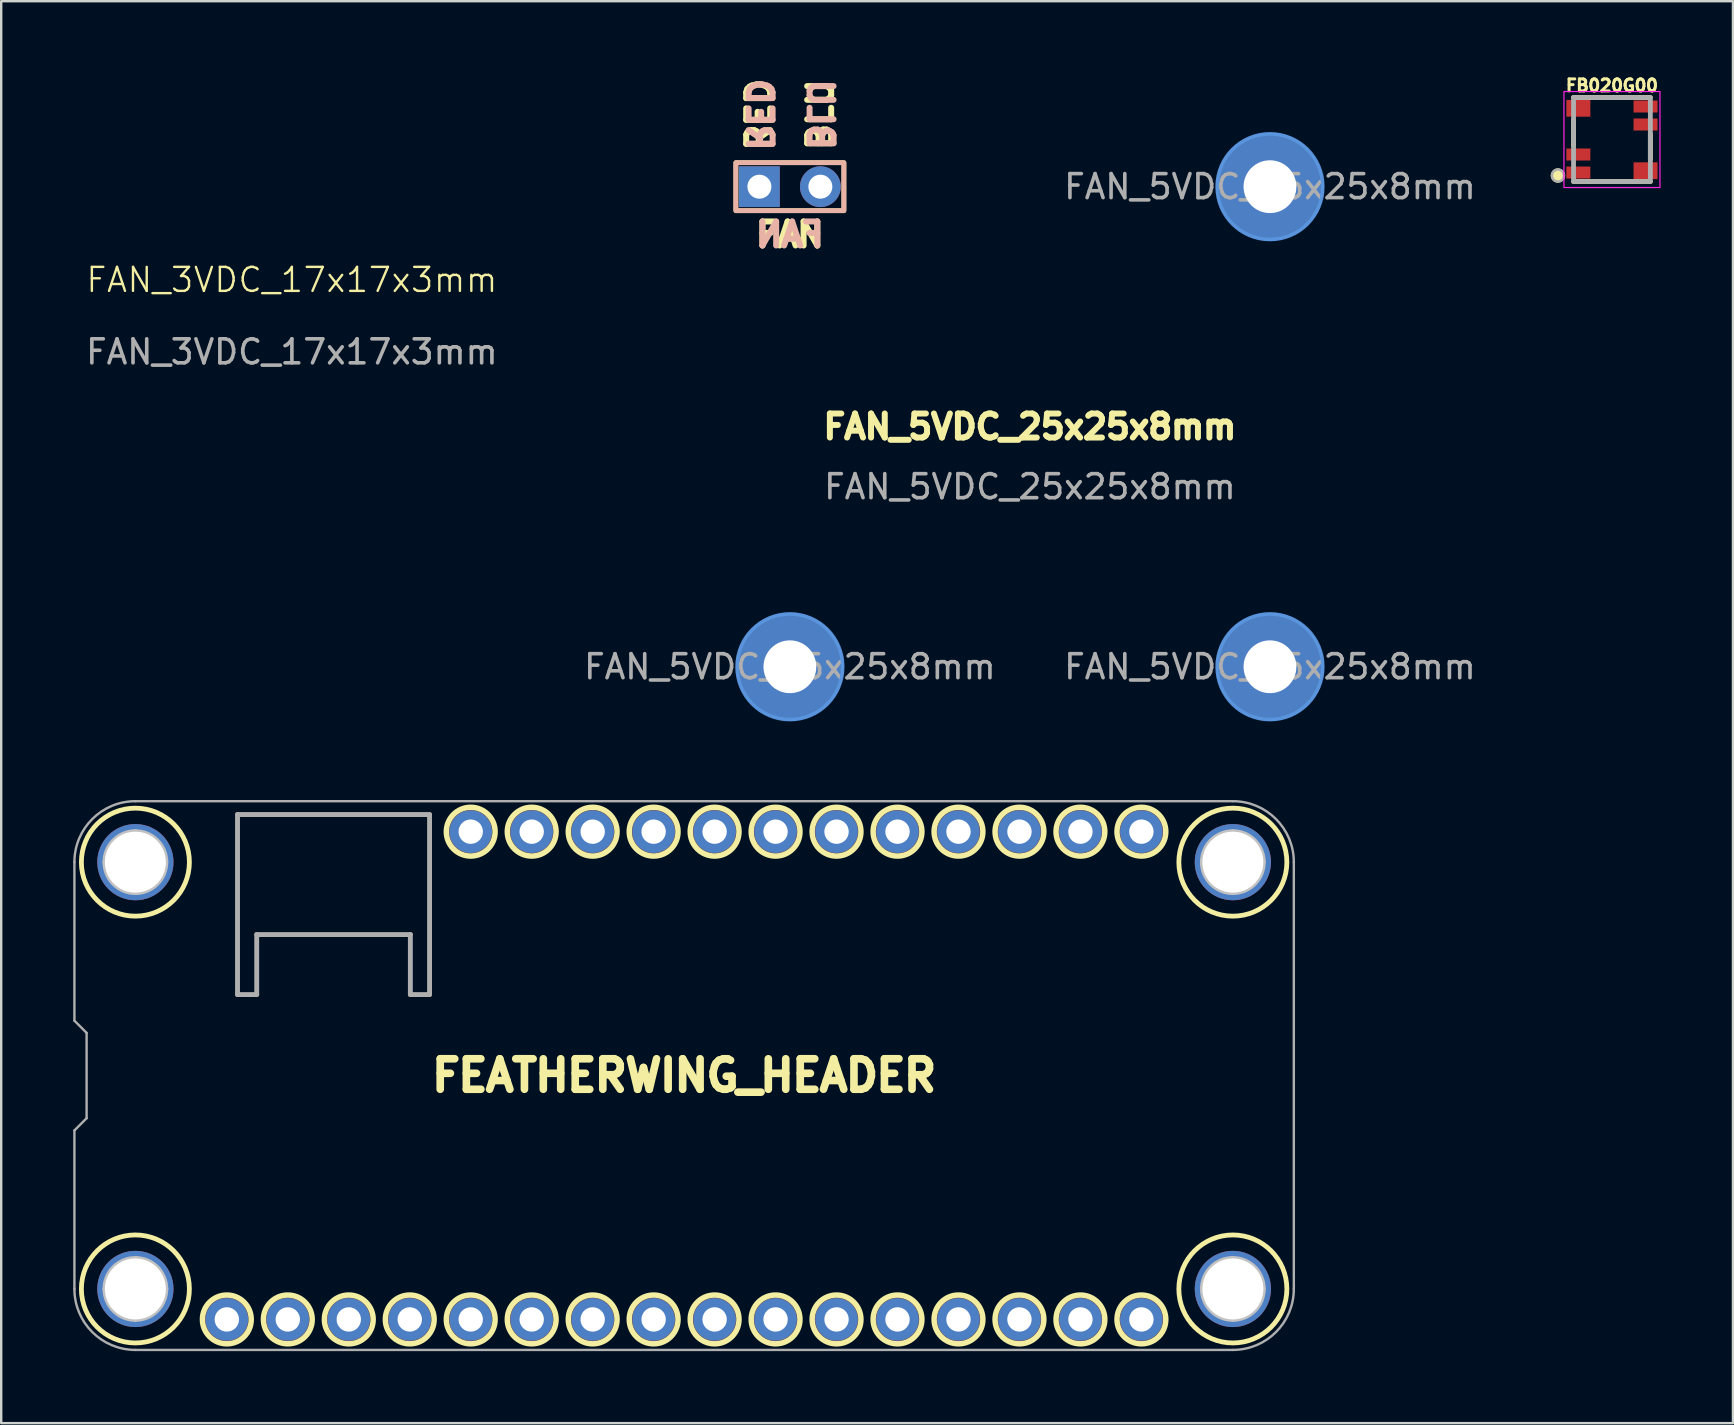
<source format=kicad_pcb>
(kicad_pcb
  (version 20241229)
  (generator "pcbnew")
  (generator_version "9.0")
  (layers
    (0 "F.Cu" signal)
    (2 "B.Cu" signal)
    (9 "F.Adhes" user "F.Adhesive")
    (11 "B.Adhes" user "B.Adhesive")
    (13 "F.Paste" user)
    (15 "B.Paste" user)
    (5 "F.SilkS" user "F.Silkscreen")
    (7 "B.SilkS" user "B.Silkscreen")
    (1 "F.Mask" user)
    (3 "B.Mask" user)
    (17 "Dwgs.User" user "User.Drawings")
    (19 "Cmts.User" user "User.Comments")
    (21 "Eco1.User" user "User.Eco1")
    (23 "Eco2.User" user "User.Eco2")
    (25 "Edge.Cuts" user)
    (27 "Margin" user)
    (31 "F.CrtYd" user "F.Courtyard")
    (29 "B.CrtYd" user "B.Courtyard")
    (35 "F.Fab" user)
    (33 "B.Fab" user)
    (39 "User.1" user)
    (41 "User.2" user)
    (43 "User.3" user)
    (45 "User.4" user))
  (footprint "FAN_3VDC_17x17x3mm"
    (layer "F.Cu")
    (at 9.11 9.11)
    (property "Reference" "FAN_3VDC_17x17x3mm" (at 0 -0.5 0) (unlocked yes) (layer "F.SilkS") (effects (font (size 1 1) (thickness 0.1))))
    (attr through_hole)
    (fp_line (start -9 7) (end -8 6) (stroke (width 0.1) (type default)) (layer "User.1"))
    (fp_line (start -8.5 6.75) (end -8.5 -6.75) (stroke (width 0.1) (type default)) (layer "User.1"))
    (fp_line (start -8 6) (end -6 8) (stroke (width 0.1) (type default)) (layer "User.1"))
    (fp_line (start -7 9) (end -9 7) (stroke (width 0.1) (type default)) (layer "User.1"))
    (fp_line (start -6.75 -8.5) (end 6.75 -8.5) (stroke (width 0.1) (type default)) (layer "User.1"))
    (fp_line (start -6 8) (end -7 9) (stroke (width 0.1) (type default)) (layer "User.1"))
    (fp_line (start 6.75 8.5) (end -6.75 8.5) (stroke (width 0.1) (type default)) (layer "User.1"))
    (fp_line (start 8.5 -6.75) (end 8.5 6.75) (stroke (width 0.1) (type default)) (layer "User.1"))
    (fp_arc (start -8.5 -6.75) (mid -7.987437 -7.987437) (end -6.75 -8.5) (stroke (width 0.1) (type default)) (layer "User.1"))
    (fp_arc (start -6.75 8.5) (mid -7.987437 7.987437) (end -8.5 6.75) (stroke (width 0.1) (type default)) (layer "User.1"))
    (fp_arc (start 6.75 -8.5) (mid 7.987437 -7.987437) (end 8.5 -6.75) (stroke (width 0.1) (type default)) (layer "User.1"))
    (fp_arc (start 8.5 6.75) (mid 7.987437 7.987437) (end 6.75 8.5) (stroke (width 0.1) (type default)) (layer "User.1"))
    (fp_circle (center -6.75 -6.75) (end -5.75 -6.75) (stroke (width 0.1) (type default)) (fill no) (layer "User.1"))
    (fp_circle (center -6.75 -6.75) (end -4.44 -6.75) (stroke (width 0.1) (type default)) (fill no) (layer "User.1"))
    (fp_circle (center 6.69 6.75) (end 9 6.75) (stroke (width 0.1) (type default)) (fill no) (layer "User.1"))
    (fp_circle (center 6.75 6.75) (end 7.75 6.75) (stroke (width 0.1) (type default)) (fill no) (layer "User.1"))
    (fp_text user "${REFERENCE}" (at 0 2.5 0) (unlocked yes) (layer "F.Fab") (effects (font (size 1 1) (thickness 0.15))))
    (fp_text user "3" (at -8 7 0) (unlocked yes) (layer "User.1") (effects (font (size 0.5 0.5) (thickness 0.125) (bold yes))))
    (fp_text user "2" (at -7.5 7.5 0) (unlocked yes) (layer "User.1") (effects (font (size 0.5 0.5) (thickness 0.125) (bold yes))))
    (fp_text user "1" (at -7 8 0) (unlocked yes) (layer "User.1") (effects (font (size 0.5 0.5) (thickness 0.125) (bold yes)))))
  (footprint "FB020G00"
    (layer "F.Cu")
    (at 64.103 2.762)
    (property "Reference" "FB020G00" (at 0 -2.25 0) (layer "F.SilkS") (effects (font (size 0.5 0.5) (thickness 0.125) (bold yes))))
    (attr smd)
    (fp_line (start -1.6 -1.75) (end 1.6 -1.75) (stroke (width 0.2) (type default)) (layer "F.SilkS"))
    (fp_line (start -1.6 -0.8) (end -1.6 0.25) (stroke (width 0.2) (type default)) (layer "F.SilkS"))
    (fp_line (start -1.6 1.75) (end 1.6 1.75) (stroke (width 0.2) (type default)) (layer "F.SilkS"))
    (fp_line (start 1.6 -0.225) (end 1.6 0.825) (stroke (width 0.2) (type default)) (layer "F.SilkS"))
    (fp_circle (center -2.25 1.5) (end -2 1.5) (stroke (width 0.1) (type solid)) (fill yes) (layer "F.SilkS"))
    (fp_rect (start -2 -2) (end 2 2) (stroke (width 0.05) (type default)) (fill no) (layer "F.CrtYd"))
    (fp_rect (start -1.6 -1.75) (end 1.6 1.75) (stroke (width 0.2) (type default)) (fill no) (layer "F.Fab"))
    (fp_circle (center -2.25 1.5) (end -2 1.5) (stroke (width 0.1) (type solid)) (fill no) (layer "F.Fab"))
    (pad "1" smd rect (at -1.4 1.375) (size 1 0.5) (layers "F.Cu" "F.Mask" "F.Paste"))
    (pad "2" smd rect (at -1.4 0.625) (size 1 0.5) (layers "F.Cu" "F.Mask" "F.Paste"))
    (pad "3" smd rect (at -1.4 -1.3) (size 1 0.7) (layers "F.Cu" "F.Mask" "F.Paste"))
    (pad "4" smd rect (at 1.4 -1.375) (size 1 0.5) (layers "F.Cu" "F.Mask" "F.Paste"))
    (pad "5" smd rect (at 1.4 -0.625) (size 1 0.5) (layers "F.Cu" "F.Mask" "F.Paste"))
    (pad "6" smd rect (at 1.4 1.3) (size 1 0.7) (layers "F.Cu" "F.Mask" "F.Paste")))
  (footprint "FEATHERWING_HEADER"
    (layer "F.Cu")
    (at 25.45 41.757)
    (property "Reference" "FEATHERWING_HEADER" (at 0 0 0) (layer "F.SilkS") (effects (font (size 1.27 1.27) (thickness 0.318))))
    (fp_circle (center -22.86 -8.89) (end -20.61 -8.89) (stroke (width 0.2) (type solid)) (fill no) (layer "F.SilkS"))
    (fp_circle (center -22.86 8.89) (end -20.61 8.89) (stroke (width 0.2) (type solid)) (fill no) (layer "F.SilkS"))
    (fp_circle (center -19.05 10.16) (end -18.034 10.16) (stroke (width 0.229) (type solid)) (fill no) (layer "F.SilkS"))
    (fp_circle (center -16.51 10.16) (end -15.494 10.16) (stroke (width 0.229) (type solid)) (fill no) (layer "F.SilkS"))
    (fp_circle (center -13.97 10.16) (end -12.954 10.16) (stroke (width 0.229) (type solid)) (fill no) (layer "F.SilkS"))
    (fp_circle (center -11.43 10.16) (end -10.414 10.16) (stroke (width 0.229) (type solid)) (fill no) (layer "F.SilkS"))
    (fp_circle (center -8.89 -10.16) (end -7.874 -10.16) (stroke (width 0.229) (type solid)) (fill no) (layer "F.SilkS"))
    (fp_circle (center -8.89 10.16) (end -7.874 10.16) (stroke (width 0.229) (type solid)) (fill no) (layer "F.SilkS"))
    (fp_circle (center -6.35 -10.16) (end -5.334 -10.16) (stroke (width 0.229) (type solid)) (fill no) (layer "F.SilkS"))
    (fp_circle (center -6.35 10.16) (end -5.334 10.16) (stroke (width 0.229) (type solid)) (fill no) (layer "F.SilkS"))
    (fp_circle (center -3.81 -10.16) (end -2.794 -10.16) (stroke (width 0.229) (type solid)) (fill no) (layer "F.SilkS"))
    (fp_circle (center -3.81 10.16) (end -2.794 10.16) (stroke (width 0.229) (type solid)) (fill no) (layer "F.SilkS"))
    (fp_circle (center -1.27 -10.16) (end -0.254 -10.16) (stroke (width 0.229) (type solid)) (fill no) (layer "F.SilkS"))
    (fp_circle (center -1.27 10.16) (end -0.254 10.16) (stroke (width 0.229) (type solid)) (fill no) (layer "F.SilkS"))
    (fp_circle (center 1.27 -10.16) (end 2.286 -10.16) (stroke (width 0.229) (type solid)) (fill no) (layer "F.SilkS"))
    (fp_circle (center 1.27 10.16) (end 2.286 10.16) (stroke (width 0.229) (type solid)) (fill no) (layer "F.SilkS"))
    (fp_circle (center 3.81 -10.16) (end 4.826 -10.16) (stroke (width 0.229) (type solid)) (fill no) (layer "F.SilkS"))
    (fp_circle (center 3.81 10.16) (end 4.826 10.16) (stroke (width 0.229) (type solid)) (fill no) (layer "F.SilkS"))
    (fp_circle (center 6.35 -10.16) (end 7.366 -10.16) (stroke (width 0.229) (type solid)) (fill no) (layer "F.SilkS"))
    (fp_circle (center 6.35 10.16) (end 7.366 10.16) (stroke (width 0.229) (type solid)) (fill no) (layer "F.SilkS"))
    (fp_circle (center 8.89 -10.16) (end 9.906 -10.16) (stroke (width 0.229) (type solid)) (fill no) (layer "F.SilkS"))
    (fp_circle (center 8.89 10.16) (end 9.906 10.16) (stroke (width 0.229) (type solid)) (fill no) (layer "F.SilkS"))
    (fp_circle (center 11.43 -10.16) (end 12.446 -10.16) (stroke (width 0.229) (type solid)) (fill no) (layer "F.SilkS"))
    (fp_circle (center 11.43 10.16) (end 12.446 10.16) (stroke (width 0.229) (type solid)) (fill no) (layer "F.SilkS"))
    (fp_circle (center 13.97 -10.16) (end 14.986 -10.16) (stroke (width 0.229) (type solid)) (fill no) (layer "F.SilkS"))
    (fp_circle (center 13.97 10.16) (end 14.986 10.16) (stroke (width 0.229) (type solid)) (fill no) (layer "F.SilkS"))
    (fp_circle (center 16.51 -10.16) (end 17.526 -10.16) (stroke (width 0.229) (type solid)) (fill no) (layer "F.SilkS"))
    (fp_circle (center 16.51 10.16) (end 17.526 10.16) (stroke (width 0.229) (type solid)) (fill no) (layer "F.SilkS"))
    (fp_circle (center 19.05 -10.16) (end 20.066 -10.16) (stroke (width 0.229) (type solid)) (fill no) (layer "F.SilkS"))
    (fp_circle (center 19.05 10.16) (end 20.066 10.16) (stroke (width 0.229) (type solid)) (fill no) (layer "F.SilkS"))
    (fp_circle (center 22.86 -8.89) (end 25.11 -8.89) (stroke (width 0.2) (type solid)) (fill no) (layer "F.SilkS"))
    (fp_circle (center 22.86 8.89) (end 25.11 8.89) (stroke (width 0.2) (type solid)) (fill no) (layer "F.SilkS"))
    (fp_line (start -24.13 -8.89) (end -21.59 -8.89) (stroke (width 0.2) (type solid)) (layer "Dwgs.User"))
    (fp_line (start -24.13 8.89) (end -21.59 8.89) (stroke (width 0.2) (type solid)) (layer "Dwgs.User"))
    (fp_line (start -22.86 -10.16) (end -22.86 -7.62) (stroke (width 0.2) (type solid)) (layer "Dwgs.User"))
    (fp_line (start -22.86 7.62) (end -22.86 10.16) (stroke (width 0.2) (type solid)) (layer "Dwgs.User"))
    (fp_line (start 21.59 -8.89) (end 24.13 -8.89) (stroke (width 0.2) (type solid)) (layer "Dwgs.User"))
    (fp_line (start 21.59 8.89) (end 24.13 8.89) (stroke (width 0.2) (type solid)) (layer "Dwgs.User"))
    (fp_line (start 22.86 -10.16) (end 22.86 -7.62) (stroke (width 0.2) (type solid)) (layer "Dwgs.User"))
    (fp_line (start 22.86 7.62) (end 22.86 10.16) (stroke (width 0.2) (type solid)) (layer "Dwgs.User"))
    (fp_circle (center -22.86 -8.89) (end -21.59 -8.89) (stroke (width 0.2) (type solid)) (fill no) (layer "Dwgs.User"))
    (fp_circle (center -22.86 8.89) (end -21.59 8.89) (stroke (width 0.2) (type solid)) (fill no) (layer "Dwgs.User"))
    (fp_circle (center 22.86 -8.89) (end 24.13 -8.89) (stroke (width 0.2) (type solid)) (fill no) (layer "Dwgs.User"))
    (fp_circle (center 22.86 8.89) (end 24.13 8.89) (stroke (width 0.2) (type solid)) (fill no) (layer "Dwgs.User"))
    (fp_line (start -25.4 -8.89) (end -25.4 -2.286) (stroke (width 0.1) (type solid)) (layer "F.Fab"))
    (fp_line (start -25.4 -2.286) (end -24.892 -1.778) (stroke (width 0.1) (type solid)) (layer "F.Fab"))
    (fp_line (start -25.4 2.286) (end -25.4 8.89) (stroke (width 0.1) (type solid)) (layer "F.Fab"))
    (fp_line (start -24.892 -1.778) (end -24.892 1.778) (stroke (width 0.1) (type solid)) (layer "F.Fab"))
    (fp_line (start -24.892 1.778) (end -25.4 2.286) (stroke (width 0.1) (type solid)) (layer "F.Fab"))
    (fp_line (start -22.86 11.43) (end 22.86 11.43) (stroke (width 0.1) (type solid)) (layer "F.Fab"))
    (fp_line (start -18.605 -10.874) (end -10.605 -10.874) (stroke (width 0.203) (type solid)) (layer "F.Fab"))
    (fp_line (start -18.605 -3.374) (end -18.605 -10.874) (stroke (width 0.203) (type solid)) (layer "F.Fab"))
    (fp_line (start -17.805 -5.874) (end -17.805 -3.374) (stroke (width 0.203) (type solid)) (layer "F.Fab"))
    (fp_line (start -17.805 -3.374) (end -18.605 -3.374) (stroke (width 0.203) (type solid)) (layer "F.Fab"))
    (fp_line (start -11.405 -5.874) (end -17.805 -5.874) (stroke (width 0.203) (type solid)) (layer "F.Fab"))
    (fp_line (start -11.405 -3.374) (end -11.405 -5.874) (stroke (width 0.203) (type solid)) (layer "F.Fab"))
    (fp_line (start -10.605 -10.874) (end -10.605 -3.374) (stroke (width 0.203) (type solid)) (layer "F.Fab"))
    (fp_line (start -10.605 -3.374) (end -11.405 -3.374) (stroke (width 0.203) (type solid)) (layer "F.Fab"))
    (fp_line (start 22.86 -11.43) (end -22.86 -11.43) (stroke (width 0.1) (type solid)) (layer "F.Fab"))
    (fp_line (start 25.4 8.89) (end 25.4 -8.89) (stroke (width 0.1) (type solid)) (layer "F.Fab"))
    (fp_arc (start -25.4 -8.89) (mid -24.656051 -10.686051) (end -22.86 -11.43) (stroke (width 0.1) (type solid)) (layer "F.Fab"))
    (fp_arc (start -22.86 11.43) (mid -24.656051 10.686051) (end -25.4 8.89) (stroke (width 0.1) (type solid)) (layer "F.Fab"))
    (fp_arc (start 22.86 -11.43) (mid 24.656051 -10.686051) (end 25.4 -8.89) (stroke (width 0.1) (type solid)) (layer "F.Fab"))
    (fp_arc (start 25.4 8.89) (mid 24.656051 10.686051) (end 22.86 11.43) (stroke (width 0.1) (type solid)) (layer "F.Fab"))
    (pad "" thru_hole circle (at -22.86 -8.89) (size 3.175 3.175) (drill 2.54) (layers "*.Cu" "*.Mask"))
    (pad "" thru_hole circle (at -22.86 8.89) (size 3.175 3.175) (drill 2.54) (layers "*.Cu" "*.Mask"))
    (pad "" thru_hole circle (at 22.86 -8.89) (size 3.175 3.175) (drill 2.54) (layers "*.Cu" "*.Mask"))
    (pad "" thru_hole circle (at 22.86 8.89) (size 3.175 3.175) (drill 2.54) (layers "*.Cu" "*.Mask"))
    (pad "1" thru_hole circle (at -19.05 10.16) (size 1.778 1.778) (drill 1.016) (layers "*.Cu" "*.Mask"))
    (pad "2" thru_hole circle (at -16.51 10.16) (size 1.778 1.778) (drill 1.016) (layers "*.Cu" "*.Mask"))
    (pad "3" thru_hole circle (at -13.97 10.16) (size 1.778 1.778) (drill 1.016) (layers "*.Cu" "*.Mask"))
    (pad "4" thru_hole circle (at -11.43 10.16) (size 1.778 1.778) (drill 1.016) (layers "*.Cu" "*.Mask"))
    (pad "5" thru_hole circle (at -8.89 10.16) (size 1.778 1.778) (drill 1.016) (layers "*.Cu" "*.Mask"))
    (pad "6" thru_hole circle (at -6.35 10.16) (size 1.778 1.778) (drill 1.016) (layers "*.Cu" "*.Mask"))
    (pad "7" thru_hole circle (at -3.81 10.16) (size 1.778 1.778) (drill 1.016) (layers "*.Cu" "*.Mask"))
    (pad "8" thru_hole circle (at -1.27 10.16) (size 1.778 1.778) (drill 1.016) (layers "*.Cu" "*.Mask"))
    (pad "9" thru_hole circle (at 1.27 10.16) (size 1.778 1.778) (drill 1.016) (layers "*.Cu" "*.Mask"))
    (pad "10" thru_hole circle (at 3.81 10.16) (size 1.778 1.778) (drill 1.016) (layers "*.Cu" "*.Mask"))
    (pad "11" thru_hole circle (at 6.35 10.16) (size 1.778 1.778) (drill 1.016) (layers "*.Cu" "*.Mask"))
    (pad "12" thru_hole circle (at 8.89 10.16) (size 1.778 1.778) (drill 1.016) (layers "*.Cu" "*.Mask"))
    (pad "13" thru_hole circle (at 11.43 10.16) (size 1.778 1.778) (drill 1.016) (layers "*.Cu" "*.Mask"))
    (pad "14" thru_hole circle (at 13.97 10.16) (size 1.778 1.778) (drill 1.016) (layers "*.Cu" "*.Mask"))
    (pad "15" thru_hole circle (at 16.51 10.16) (size 1.778 1.778) (drill 1.016) (layers "*.Cu" "*.Mask"))
    (pad "16" thru_hole circle (at 19.05 10.16) (size 1.778 1.778) (drill 1.016) (layers "*.Cu" "*.Mask"))
    (pad "17" thru_hole circle (at 19.05 -10.16) (size 1.778 1.778) (drill 1.016) (layers "*.Cu" "*.Mask"))
    (pad "18" thru_hole circle (at 16.51 -10.16) (size 1.778 1.778) (drill 1.016) (layers "*.Cu" "*.Mask"))
    (pad "19" thru_hole circle (at 13.97 -10.16) (size 1.778 1.778) (drill 1.016) (layers "*.Cu" "*.Mask"))
    (pad "20" thru_hole circle (at 11.43 -10.16) (size 1.778 1.778) (drill 1.016) (layers "*.Cu" "*.Mask"))
    (pad "21" thru_hole circle (at 8.89 -10.16) (size 1.778 1.778) (drill 1.016) (layers "*.Cu" "*.Mask"))
    (pad "22" thru_hole circle (at 6.35 -10.16) (size 1.778 1.778) (drill 1.016) (layers "*.Cu" "*.Mask"))
    (pad "23" thru_hole circle (at 3.81 -10.16) (size 1.778 1.778) (drill 1.016) (layers "*.Cu" "*.Mask"))
    (pad "24" thru_hole circle (at 1.27 -10.16) (size 1.778 1.778) (drill 1.016) (layers "*.Cu" "*.Mask"))
    (pad "25" thru_hole circle (at -1.27 -10.16) (size 1.778 1.778) (drill 1.016) (layers "*.Cu" "*.Mask"))
    (pad "26" thru_hole circle (at -3.81 -10.16) (size 1.778 1.778) (drill 1.016) (layers "*.Cu" "*.Mask"))
    (pad "27" thru_hole circle (at -6.35 -10.16) (size 1.778 1.778) (drill 1.016) (layers "*.Cu" "*.Mask"))
    (pad "28" thru_hole circle (at -8.89 -10.16) (size 1.778 1.778) (drill 1.016) (layers "*.Cu" "*.Mask")))
  (footprint "FAN_5VDC_25x25x8mm"
    (layer "F.Cu")
    (at 39.856 14.727)
    (property "Reference" "FAN_5VDC_25x25x8mm" (at 0 0 0) (unlocked yes) (layer "F.SilkS") (effects (font (size 1 1) (thickness 0.25) (bold yes))))
    (attr through_hole)
    (fp_rect (start -12.25 -11) (end -7.75 -9) (stroke (width 0.2) (type default)) (fill no) (layer "F.SilkS"))
    (fp_rect (start -12.25 -11) (end -7.75 -9) (stroke (width 0.2) (type default)) (fill no) (layer "B.SilkS"))
    (fp_circle (center -10 10) (end -7.8 10) (stroke (width 0.15) (type solid)) (fill no) (layer "Cmts.User"))
    (fp_circle (center 10 -10) (end 12.2 -10) (stroke (width 0.15) (type solid)) (fill no) (layer "Cmts.User"))
    (fp_circle (center 10 10) (end 12.2 10) (stroke (width 0.15) (type solid)) (fill no) (layer "Cmts.User"))
    (fp_circle (center -10 10) (end -7.8 10) (stroke (width 0.05) (type solid)) (fill no) (layer "B.CrtYd"))
    (fp_circle (center 10 -10) (end 12.2 -10) (stroke (width 0.05) (type solid)) (fill no) (layer "B.CrtYd"))
    (fp_circle (center 10 10) (end 12.2 10) (stroke (width 0.05) (type solid)) (fill no) (layer "B.CrtYd"))
    (fp_circle (center -10 10) (end -7.8 10) (stroke (width 0.05) (type solid)) (fill no) (layer "F.CrtYd"))
    (fp_circle (center 10 -10) (end 12.2 -10) (stroke (width 0.05) (type solid)) (fill no) (layer "F.CrtYd"))
    (fp_circle (center 10 10) (end 12.2 10) (stroke (width 0.05) (type solid)) (fill no) (layer "F.CrtYd"))
    (fp_line (start -12.5 10) (end -12.5 -10) (stroke (width 0.1) (type default)) (layer "User.1"))
    (fp_line (start -10 -12.5) (end 10 -12.5) (stroke (width 0.1) (type default)) (layer "User.1"))
    (fp_line (start 10 12.5) (end -10 12.5) (stroke (width 0.1) (type default)) (layer "User.1"))
    (fp_line (start 12.5 -10) (end 12.5 10) (stroke (width 0.1) (type default)) (layer "User.1"))
    (fp_arc (start -12.5 -10) (mid -11.767767 -11.767767) (end -10 -12.5) (stroke (width 0.1) (type default)) (layer "User.1"))
    (fp_arc (start -10 12.5) (mid -11.767767 11.767767) (end -12.5 10) (stroke (width 0.1) (type default)) (layer "User.1"))
    (fp_arc (start 10 -12.5) (mid 11.767767 -11.767767) (end 12.5 -10) (stroke (width 0.1) (type default)) (layer "User.1"))
    (fp_arc (start 12.5 10) (mid 11.767767 11.767767) (end 10 12.5) (stroke (width 0.1) (type default)) (layer "User.1"))
    (fp_text user "BLU" (at -8.73 -13 90) (unlocked yes) (layer "F.SilkS") (effects (font (size 1 1) (thickness 0.25) (bold yes))))
    (fp_text user "FAN" (at -10 -8 0) (unlocked yes) (layer "F.SilkS") (effects (font (size 1 1) (thickness 0.25) (bold yes))))
    (fp_text user "RED" (at -11.27 -13 90) (unlocked yes) (layer "F.SilkS") (effects (font (size 1 1) (thickness 0.25) (bold yes))))
    (fp_text user "BLU" (at -8.73 -13 270) (unlocked yes) (layer "B.SilkS") (effects (font (size 1 1) (thickness 0.25) (bold yes)) (justify mirror)))
    (fp_text user "RED" (at -11.27 -13 270) (unlocked yes) (layer "B.SilkS") (effects (font (size 1 1) (thickness 0.25) (bold yes)) (justify mirror)))
    (fp_text user "FAN" (at -10 -8 0) (unlocked yes) (layer "B.SilkS") (effects (font (size 1 1) (thickness 0.25) (bold yes)) (justify mirror)))
    (fp_text user "${REFERENCE}" (at 10 -10 0) (layer "F.Fab") (effects (font (size 1 1) (thickness 0.15))))
    (fp_text user "${REFERENCE}" (at -10 10 0) (layer "F.Fab") (effects (font (size 1 1) (thickness 0.15))))
    (fp_text user "${REFERENCE}" (at 10 10 0) (layer "F.Fab") (effects (font (size 1 1) (thickness 0.15))))
    (fp_text user "${REFERENCE}" (at 0 2.5 0) (unlocked yes) (layer "F.Fab") (effects (font (size 1 1) (thickness 0.15))))
    (pad "1" thru_hole rect (at -11.27 -10 90) (size 1.7 1.7) (drill 1) (layers "*.Cu" "*.Mask"))
    (pad "2" thru_hole oval (at -8.73 -10 90) (size 1.7 1.7) (drill 1) (layers "*.Cu" "*.Mask"))
    (pad "3" thru_hole circle (at -10 10) (size 4.4 4.4) (drill 2.2) (layers "*.Cu" "*.Mask"))
    (pad "3" thru_hole circle (at 10 -10) (size 4.4 4.4) (drill 2.2) (layers "*.Cu" "*.Mask"))
    (pad "3" thru_hole circle (at 10 10) (size 4.4 4.4) (drill 2.2) (layers "*.Cu" "*.Mask")))
  (gr_rect
    (start -3 -3)
    (end 69.145 56.237)
    (stroke (width 0.1) (type default))
    (fill no)
    (layer "Edge.Cuts")))
</source>
